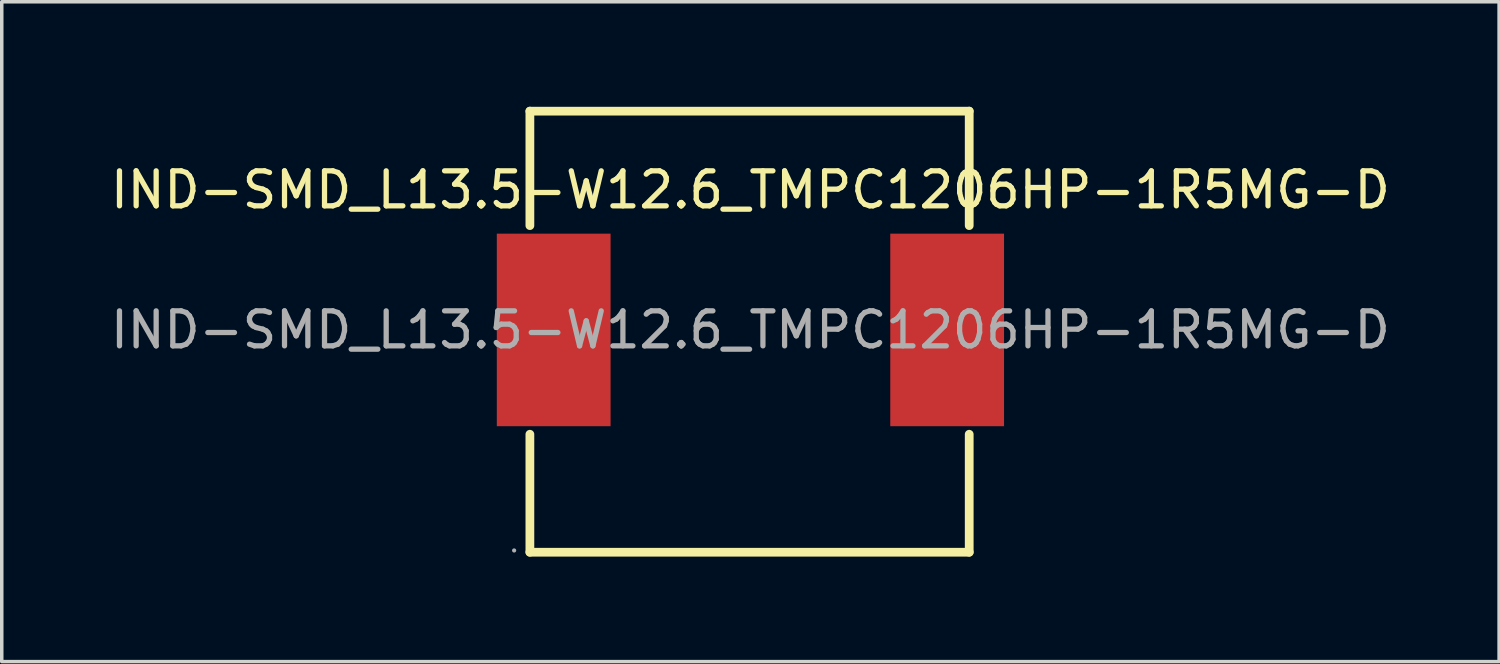
<source format=kicad_pcb>
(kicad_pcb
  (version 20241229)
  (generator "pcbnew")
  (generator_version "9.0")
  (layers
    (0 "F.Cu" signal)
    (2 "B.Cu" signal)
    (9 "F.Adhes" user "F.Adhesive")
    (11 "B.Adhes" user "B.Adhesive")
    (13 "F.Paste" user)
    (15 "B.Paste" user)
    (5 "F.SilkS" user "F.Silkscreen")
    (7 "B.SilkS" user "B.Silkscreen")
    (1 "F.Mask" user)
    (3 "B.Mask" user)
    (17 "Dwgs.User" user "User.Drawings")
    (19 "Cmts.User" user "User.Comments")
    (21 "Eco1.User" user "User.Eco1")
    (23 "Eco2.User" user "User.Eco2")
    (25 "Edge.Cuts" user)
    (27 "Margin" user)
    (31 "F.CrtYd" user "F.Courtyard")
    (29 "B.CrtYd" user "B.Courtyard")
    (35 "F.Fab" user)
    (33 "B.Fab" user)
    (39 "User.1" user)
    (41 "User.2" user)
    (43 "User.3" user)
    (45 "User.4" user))
  (footprint "IND-SMD_L13.5-W12.6_TMPC1206HP-1R5MG-D"
    (layer "F.Cu")
    (at 18.387 6.375)
    (property "Reference" "IND-SMD_L13.5-W12.6_TMPC1206HP-1R5MG-D" (at 0 -4 0) (layer "F.SilkS") (effects (font (size 1 1) (thickness 0.15))))
    (attr smd)
    (fp_line (start -6.3 -6.25) (end 6.25 -6.25) (stroke (width 0.25) (type solid)) (layer "F.SilkS"))
    (fp_line (start -6.3 -2.98) (end -6.3 -6.25) (stroke (width 0.25) (type solid)) (layer "F.SilkS"))
    (fp_line (start -6.3 6.35) (end -6.3 2.98) (stroke (width 0.25) (type solid)) (layer "F.SilkS"))
    (fp_line (start 6.25 -6.25) (end 6.25 -2.98) (stroke (width 0.25) (type solid)) (layer "F.SilkS"))
    (fp_line (start 6.25 2.98) (end 6.25 6.35) (stroke (width 0.25) (type solid)) (layer "F.SilkS"))
    (fp_line (start 6.25 6.35) (end -6.3 6.35) (stroke (width 0.25) (type solid)) (layer "F.SilkS"))
    (fp_circle (center -6.75 6.3) (end -6.72 6.3) (stroke (width 0.06) (type solid)) (fill no) (layer "F.Fab"))
    (fp_text user "${REFERENCE}" (at 0 0 0) (layer "F.Fab") (effects (font (size 1 1) (thickness 0.15))))
    (pad "1" smd rect (at -5.62 0) (size 3.25 5.5) (layers "F.Cu" "F.Mask" "F.Paste"))
    (pad "2" smd rect (at 5.62 0) (size 3.25 5.5) (layers "F.Cu" "F.Mask" "F.Paste")))
  (gr_rect
    (start -3 -3)
    (end 39.774 15.85)
    (stroke (width 0.1) (type default))
    (fill no)
    (layer "Edge.Cuts")))
</source>
